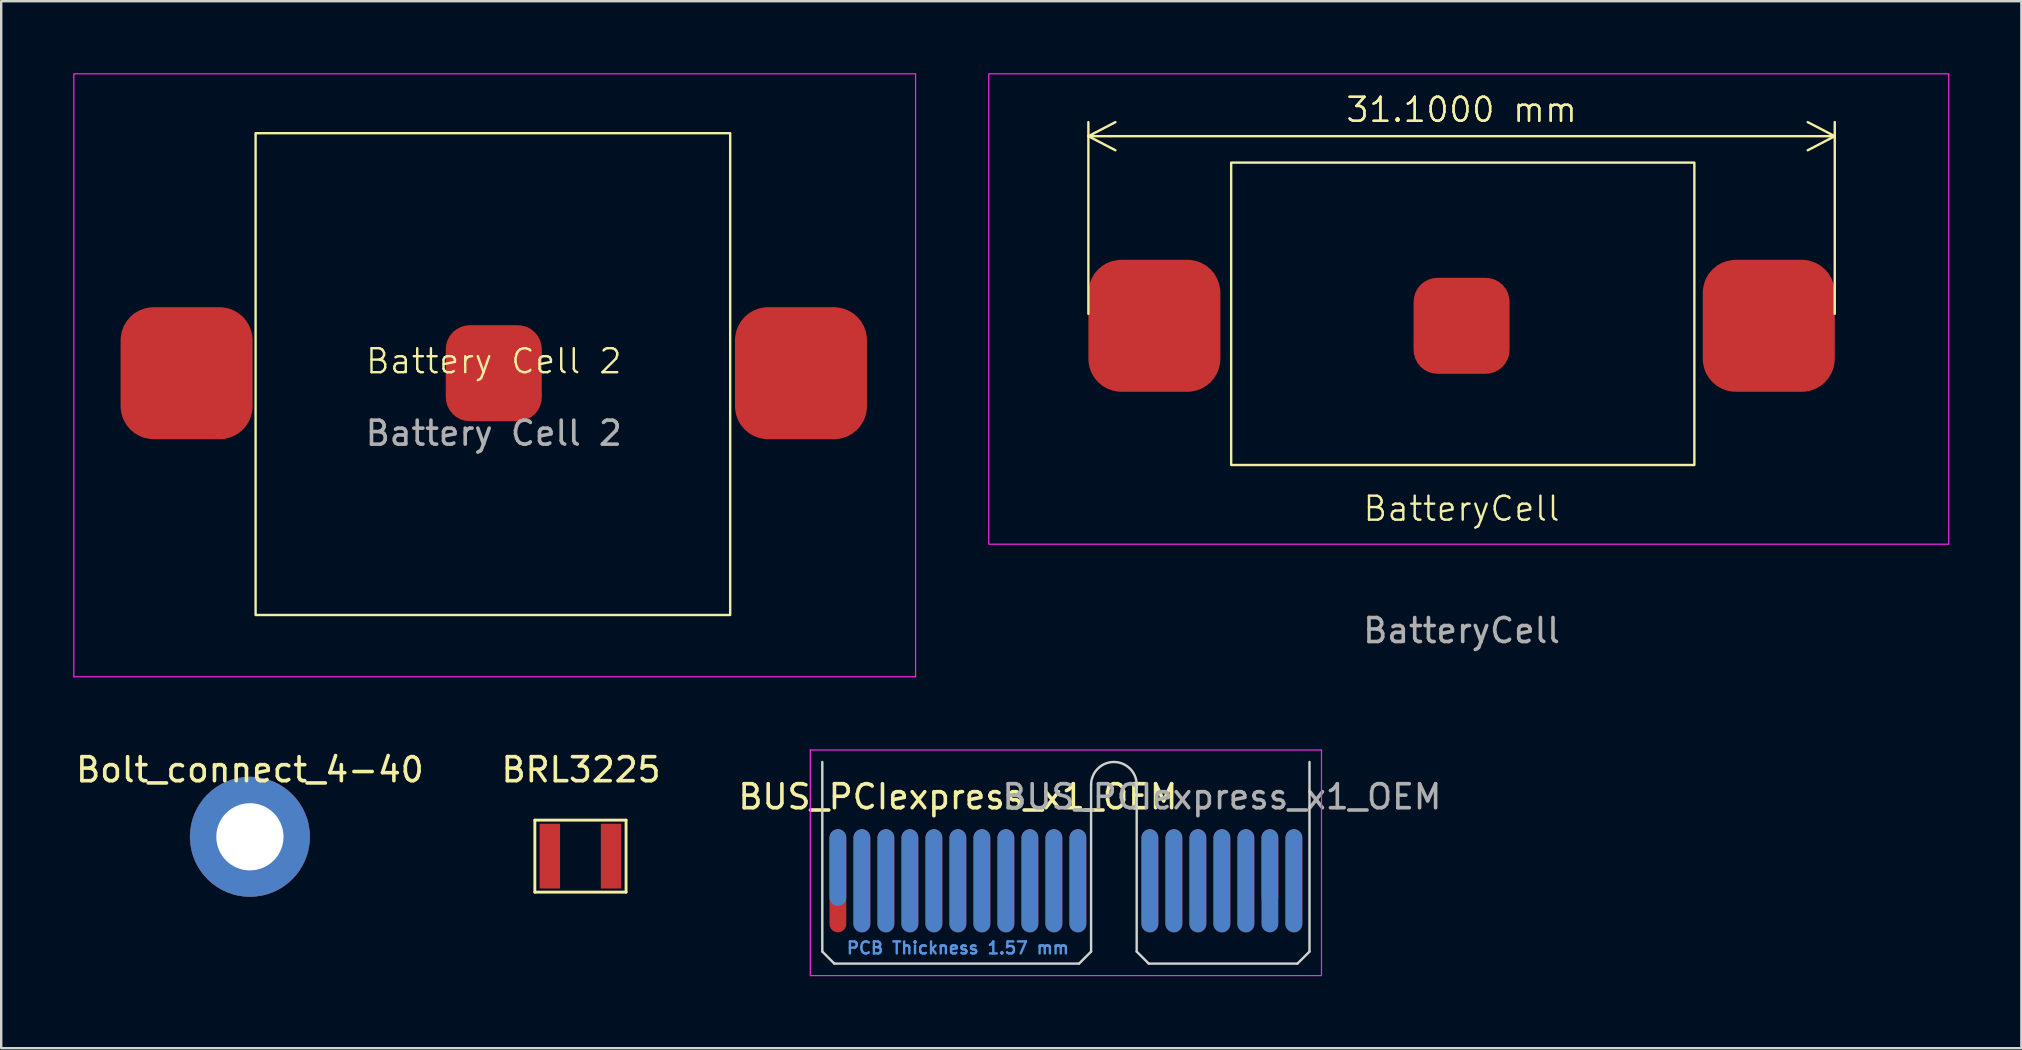
<source format=kicad_pcb>
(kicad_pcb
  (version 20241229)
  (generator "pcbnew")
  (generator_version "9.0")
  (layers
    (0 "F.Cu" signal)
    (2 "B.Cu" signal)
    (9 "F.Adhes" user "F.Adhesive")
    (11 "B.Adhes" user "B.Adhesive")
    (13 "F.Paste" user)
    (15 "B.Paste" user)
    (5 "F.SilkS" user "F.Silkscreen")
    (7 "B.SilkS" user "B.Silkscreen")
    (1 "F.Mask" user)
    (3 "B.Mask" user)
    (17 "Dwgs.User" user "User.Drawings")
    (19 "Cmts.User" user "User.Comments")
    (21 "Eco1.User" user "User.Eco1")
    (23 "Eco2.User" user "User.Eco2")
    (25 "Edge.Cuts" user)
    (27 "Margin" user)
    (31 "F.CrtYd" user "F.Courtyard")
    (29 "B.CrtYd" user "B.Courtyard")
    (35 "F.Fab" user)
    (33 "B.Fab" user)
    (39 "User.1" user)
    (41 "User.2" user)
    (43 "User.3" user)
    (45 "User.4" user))
  (footprint "Bolt_connect_4-40"
    (layer "F.Cu")
    (at 7.363 31.817)
    (property "Reference" "Bolt_connect_4-40" (at 0 -2.794 0) (layer "F.SilkS") (effects (font (size 1 1) (thickness 0.15))))
    (attr through_hole)
    (pad "1" thru_hole circle (at 0 0) (size 5 5) (drill 2.8) (layers "*.Cu" "*.Mask")))
  (footprint "BatteryCell"
    (layer "F.Cu")
    (at 57.85 10.525)
    (property "Reference" "BatteryCell" (at 0 7.62 0) (unlocked yes) (layer "F.SilkS") (effects (font (size 1 1) (thickness 0.1))))
    (attr smd)
    (fp_rect (start -9.6 -6.8) (end 9.7 5.8) (stroke (width 0.1) (type default)) (fill no) (layer "F.SilkS"))
    (fp_rect (start -19.7 -10.5) (end 20.3 9.1) (stroke (width 0.05) (type default)) (fill no) (layer "F.CrtYd"))
    (fp_text user "${REFERENCE}" (at 0 12.7 0) (unlocked yes) (layer "F.Fab") (effects (font (size 1 1) (thickness 0.15))))
    (dimension (type aligned) (layer "F.SilkS") (pts (xy 42.3 10.525) (xy 73.4 10.525)) (height -7.9) (format (prefix "") (suffix "") (units 3) (units_format 1) (precision 4)) (style (thickness 0.1) (arrow_length 1.27) (text_position_mode 0) (arrow_direction outward) (extension_height 0.586) (extension_offset 0.5) (keep_text_aligned yes)) (gr_text "31.1000 mm" (at 57.85 1.525 0) (layer "F.SilkS") (effects (font (size 1 1) (thickness 0.1)))))
    (pad "1" smd roundrect (at -12.8 0) (size 5.5 5.5) (layers "F.Cu" "F.Mask" "F.Paste") (roundrect_rratio 0.25))
    (pad "2" smd roundrect (at 0 0) (size 4 4) (layers "F.Cu" "F.Mask" "F.Paste") (roundrect_rratio 0.25))
    (pad "3" smd roundrect (at 12.8 0) (size 5.5 5.5) (layers "F.Cu" "F.Mask" "F.Paste") (roundrect_rratio 0.25)))
  (footprint "BUS_PCIexpress_x1_OEM"
    (layer "F.Cu")
    (at 31.863 33.65)
    (property "Reference" "BUS_PCIexpress_x1_OEM" (at 5 -3.5 180) (layer "F.SilkS") (effects (font (size 1 1) (thickness 0.15))))
    (attr exclude_from_pos_files)
    (fp_rect (start -0.65 -1.85) (end 19.65 3.45) (stroke (width 0) (type solid)) (fill yes) (layer "F.Mask"))
    (fp_rect (start -0.65 -1.85) (end 19.65 3.45) (stroke (width 0) (type solid)) (fill yes) (layer "B.Mask"))
    (fp_line (start -0.65 -4.95) (end -0.65 2.95) (stroke (width 0.1) (type solid)) (layer "Edge.Cuts"))
    (fp_line (start -0.65 2.95) (end -0.15 3.45) (stroke (width 0.1) (type solid)) (layer "Edge.Cuts"))
    (fp_line (start -0.15 3.45) (end 10.05 3.45) (stroke (width 0.1) (type solid)) (layer "Edge.Cuts"))
    (fp_line (start 10.55 -4) (end 10.55 2.95) (stroke (width 0.1) (type solid)) (layer "Edge.Cuts"))
    (fp_line (start 10.55 2.95) (end 10.05 3.45) (stroke (width 0.1) (type solid)) (layer "Edge.Cuts"))
    (fp_line (start 12.45 -4) (end 12.45 2.95) (stroke (width 0.1) (type solid)) (layer "Edge.Cuts"))
    (fp_line (start 12.45 2.95) (end 12.95 3.45) (stroke (width 0.1) (type solid)) (layer "Edge.Cuts"))
    (fp_line (start 12.95 3.45) (end 19.15 3.45) (stroke (width 0.1) (type solid)) (layer "Edge.Cuts"))
    (fp_line (start 19.65 -4.95) (end 19.65 2.95) (stroke (width 0.1) (type solid)) (layer "Edge.Cuts"))
    (fp_line (start 19.65 2.95) (end 19.15 3.45) (stroke (width 0.1) (type solid)) (layer "Edge.Cuts"))
    (fp_arc (start 10.55 -4) (mid 11.5 -4.95) (end 12.45 -4) (stroke (width 0.1) (type solid)) (layer "Edge.Cuts"))
    (fp_line (start -1.15 -5.45) (end -1.15 3.95) (stroke (width 0.05) (type solid)) (layer "F.CrtYd"))
    (fp_line (start -1.15 -5.45) (end 20.15 -5.45) (stroke (width 0.05) (type solid)) (layer "F.CrtYd"))
    (fp_line (start 20.15 3.95) (end -1.15 3.95) (stroke (width 0.05) (type solid)) (layer "F.CrtYd"))
    (fp_line (start 20.15 3.95) (end 20.15 -5.45) (stroke (width 0.05) (type solid)) (layer "F.CrtYd"))
    (fp_text user "PCB Thickness 1.57 mm" (at 5 2.8 180) (layer "Cmts.User") (effects (font (size 0.5 0.5) (thickness 0.1))))
    (fp_text user "${REFERENCE}" (at 16 -3.5 180) (layer "F.Fab") (effects (font (size 1 1) (thickness 0.15))))
    (pad "A1" connect roundrect (at 0 -0.55) (size 0.7 3.2) (layers "B.Cu" "B.Mask") (roundrect_rratio 0.5))
    (pad "A2" connect roundrect (at 1 0) (size 0.7 4.3) (layers "B.Cu" "B.Mask") (roundrect_rratio 0.5))
    (pad "A3" connect roundrect (at 2 0) (size 0.7 4.3) (layers "B.Cu" "B.Mask") (roundrect_rratio 0.5))
    (pad "A4" connect roundrect (at 3 0) (size 0.7 4.3) (layers "B.Cu" "B.Mask") (roundrect_rratio 0.5))
    (pad "A5" connect roundrect (at 4 0) (size 0.7 4.3) (layers "B.Cu" "B.Mask") (roundrect_rratio 0.5))
    (pad "A6" connect roundrect (at 5 0) (size 0.7 4.3) (layers "B.Cu" "B.Mask") (roundrect_rratio 0.5))
    (pad "A7" connect roundrect (at 6 0) (size 0.7 4.3) (layers "B.Cu" "B.Mask") (roundrect_rratio 0.5))
    (pad "A8" connect roundrect (at 7 0) (size 0.7 4.3) (layers "B.Cu" "B.Mask") (roundrect_rratio 0.5))
    (pad "A9" connect roundrect (at 8 0) (size 0.7 4.3) (layers "B.Cu" "B.Mask") (roundrect_rratio 0.5))
    (pad "A10" connect roundrect (at 9 0) (size 0.7 4.3) (layers "B.Cu" "B.Mask") (roundrect_rratio 0.5))
    (pad "A11" connect roundrect (at 10 0) (size 0.7 4.3) (layers "B.Cu" "B.Mask") (roundrect_rratio 0.5))
    (pad "A12" connect roundrect (at 13 0) (size 0.7 4.3) (layers "B.Cu" "B.Mask") (roundrect_rratio 0.5))
    (pad "A13" connect roundrect (at 14 0) (size 0.7 4.3) (layers "B.Cu" "B.Mask") (roundrect_rratio 0.5))
    (pad "A14" connect roundrect (at 15 0) (size 0.7 4.3) (layers "B.Cu" "B.Mask") (roundrect_rratio 0.5))
    (pad "A15" connect roundrect (at 16 0) (size 0.7 4.3) (layers "B.Cu" "B.Mask") (roundrect_rratio 0.5))
    (pad "A16" connect roundrect (at 17 0) (size 0.7 4.3) (layers "B.Cu" "B.Mask") (roundrect_rratio 0.5))
    (pad "A17" connect roundrect (at 18 0) (size 0.7 4.3) (layers "B.Cu" "B.Mask") (roundrect_rratio 0.5))
    (pad "A18" connect roundrect (at 19 0) (size 0.7 4.3) (layers "B.Cu" "B.Mask") (roundrect_rratio 0.5))
    (pad "B1" connect roundrect (at 0 0) (size 0.7 4.3) (layers "F.Cu" "F.Mask") (roundrect_rratio 0.5))
    (pad "B2" connect roundrect (at 1 0) (size 0.7 4.3) (layers "F.Cu" "F.Mask") (roundrect_rratio 0.5))
    (pad "B3" connect roundrect (at 2 0) (size 0.7 4.3) (layers "F.Cu" "F.Mask") (roundrect_rratio 0.5))
    (pad "B4" connect roundrect (at 3 0) (size 0.7 4.3) (layers "F.Cu" "F.Mask") (roundrect_rratio 0.5))
    (pad "B5" connect roundrect (at 4 0) (size 0.7 4.3) (layers "F.Cu" "F.Mask") (roundrect_rratio 0.5))
    (pad "B6" connect roundrect (at 5 0) (size 0.7 4.3) (layers "F.Cu" "F.Mask") (roundrect_rratio 0.5))
    (pad "B7" connect roundrect (at 6 0) (size 0.7 4.3) (layers "F.Cu" "F.Mask") (roundrect_rratio 0.5))
    (pad "B8" connect roundrect (at 7 0) (size 0.7 4.3) (layers "F.Cu" "F.Mask") (roundrect_rratio 0.5))
    (pad "B9" connect roundrect (at 8 0) (size 0.7 4.3) (layers "F.Cu" "F.Mask") (roundrect_rratio 0.5))
    (pad "B10" connect roundrect (at 9 0) (size 0.7 4.3) (layers "F.Cu" "F.Mask") (roundrect_rratio 0.5))
    (pad "B11" connect roundrect (at 10 0) (size 0.7 4.3) (layers "F.Cu" "F.Mask") (roundrect_rratio 0.5))
    (pad "B12" connect roundrect (at 13 0) (size 0.7 4.3) (layers "F.Cu" "F.Mask") (roundrect_rratio 0.5))
    (pad "B13" connect roundrect (at 14 0) (size 0.7 4.3) (layers "F.Cu" "F.Mask") (roundrect_rratio 0.5))
    (pad "B14" connect roundrect (at 15 0) (size 0.7 4.3) (layers "F.Cu" "F.Mask") (roundrect_rratio 0.5))
    (pad "B15" connect roundrect (at 16 0) (size 0.7 4.3) (layers "F.Cu" "F.Mask") (roundrect_rratio 0.5))
    (pad "B16" connect roundrect (at 17 0) (size 0.7 4.3) (layers "F.Cu" "F.Mask") (roundrect_rratio 0.5))
    (pad "B17" connect roundrect (at 18 -0.55) (size 0.7 3.2) (layers "F.Cu" "F.Mask") (roundrect_rratio 0.5))
    (pad "B18" connect roundrect (at 19 0) (size 0.7 4.3) (layers "F.Cu" "F.Mask") (roundrect_rratio 0.5)))
  (footprint "BRL3225"
    (layer "F.Cu")
    (at 21.136 32.623)
    (property "Reference" "BRL3225" (at 0.025 -3.6 0) (layer "F.SilkS") (effects (font (size 1 1) (thickness 0.15))))
    (attr smd)
    (fp_line (start -1.9 -1.5) (end 1.9 -1.5) (stroke (width 0.12) (type solid)) (layer "F.SilkS"))
    (fp_line (start -1.9 1.5) (end -1.9 -1.5) (stroke (width 0.12) (type solid)) (layer "F.SilkS"))
    (fp_line (start 1.9 -1.5) (end 1.9 1.5) (stroke (width 0.12) (type solid)) (layer "F.SilkS"))
    (fp_line (start 1.9 1.5) (end -1.9 1.5) (stroke (width 0.12) (type solid)) (layer "F.SilkS"))
    (pad "1" smd rect (at -1.275 0) (size 0.85 2.7) (layers "F.Cu" "F.Mask" "F.Paste"))
    (pad "2" smd rect (at 1.275 0) (size 0.85 2.7) (layers "F.Cu" "F.Mask" "F.Paste")))
  (footprint "Battery Cell 2"
    (layer "F.Cu")
    (at 17.525 12.5)
    (property "Reference" "Battery Cell 2" (at 0 -0.5 0) (unlocked yes) (layer "F.SilkS") (effects (font (size 1 1) (thickness 0.1))))
    (attr smd)
    (fp_rect (start -9.925 -10) (end 9.85 10.075) (stroke (width 0.1) (type default)) (fill no) (layer "F.SilkS"))
    (fp_rect (start -17.5 -12.475) (end 17.575 12.65) (stroke (width 0.05) (type default)) (fill no) (layer "F.CrtYd"))
    (fp_text user "${REFERENCE}" (at 0 2.5 0) (unlocked yes) (layer "F.Fab") (effects (font (size 1 1) (thickness 0.15))))
    (pad "1" smd roundrect (at -12.8 0) (size 5.5 5.5) (layers "F.Cu" "F.Mask" "F.Paste") (roundrect_rratio 0.25))
    (pad "2" smd roundrect (at 12.8 0) (size 5.5 5.5) (layers "F.Cu" "F.Mask" "F.Paste") (roundrect_rratio 0.25))
    (pad "3" smd roundrect (at 0 0) (size 4 4) (layers "F.Cu" "F.Mask" "F.Paste") (roundrect_rratio 0.25)))
  (gr_rect
    (start -3 -3)
    (end 81.175 40.625)
    (stroke (width 0.1) (type default))
    (fill no)
    (layer "Edge.Cuts")))
</source>
